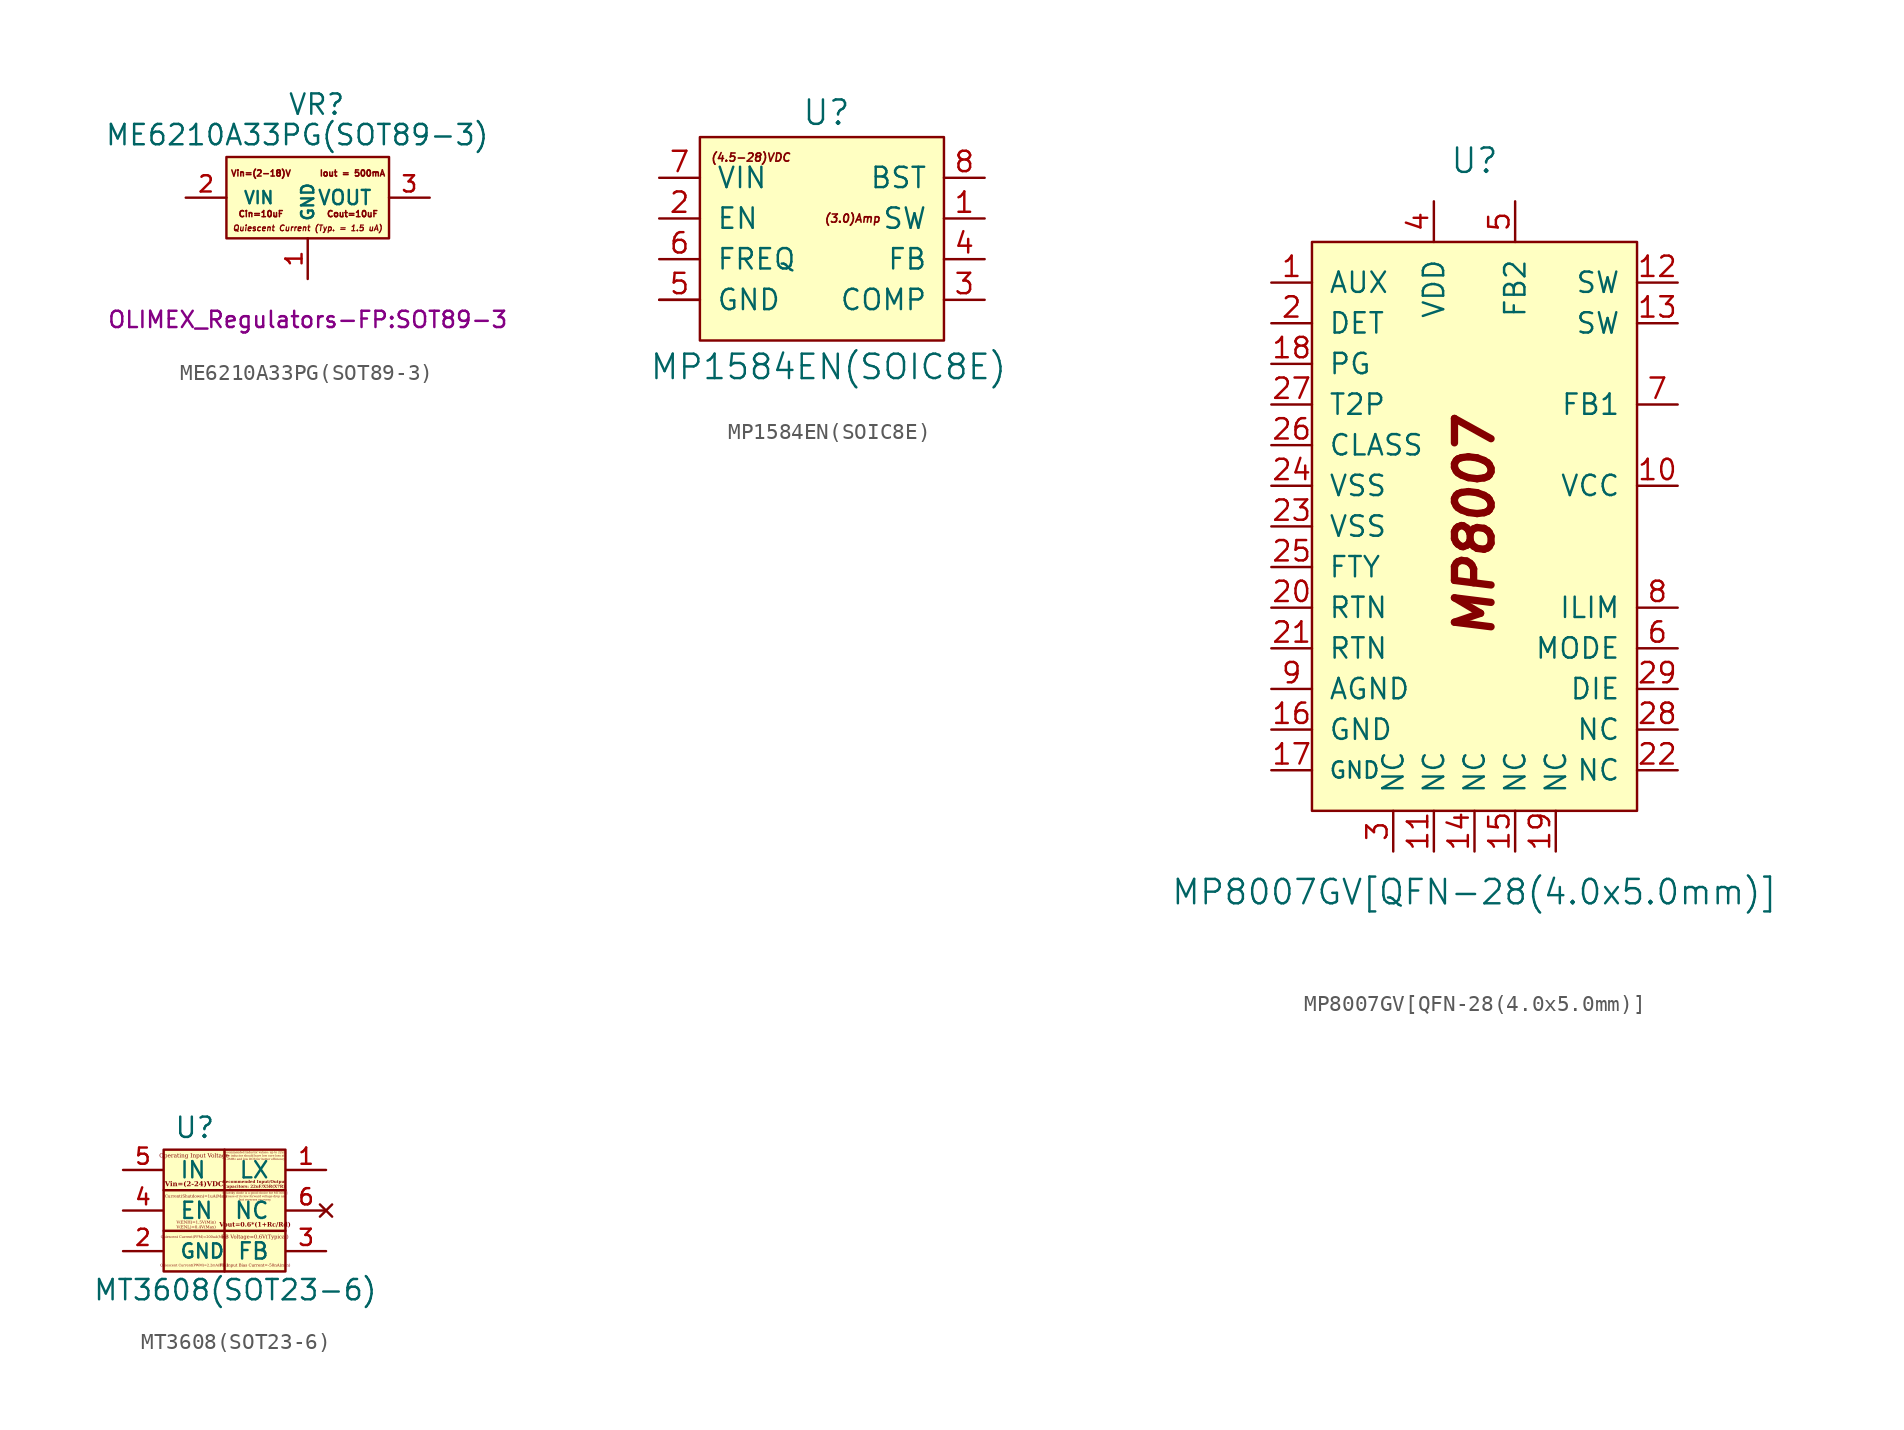
<source format=kicad_sym>
(kicad_symbol_lib
  (version 20220914)
  (generator kicad_symbol_editor)
  (symbol "ME6210A33PG(SOT89-3)"
    (pin_names
      (offset 1.016))
    (property "Reference" "VR"
      (at -1.27 5.08 0)
      (effects (font (size 1.27 1.27)) (justify left bottom)))
    (property "Value" "ME6210A33PG(SOT89-3)"
      (at -12.7 3.175 0)
      (effects (font (size 1.27 1.27)) (justify left bottom)))
    (property "Footprint" "OLIMEX_Regulators-FP:SOT89-3"
      (at 0 -7.62 0)
      (effects (font (size 1.016 1.016))))
    (property "Datasheet" ""
      (at 0.508 -0.254 0)
      (effects (font (size 2.54 2.54))))
    (symbol "ME6210A33PG(SOT89-3)_1_0"
      (rectangle (start -5.08 2.54) (end 5.08 -2.54) (stroke (width 0) (type solid)) (fill (type background)))
      (text "Cin=10uF" (at -2.921 -1.016 0) (effects (font (size 0.381 0.381))))
      (text "Cout=10uF" (at 2.794 -1.016 0) (effects (font (size 0.381 0.381))))
      (text "Iout = 500mA" (at 2.794 1.524 0) (effects (font (size 0.381 0.381))))
      (text "Quiescent Current (Typ. = 1.5 uA)" (at 0 -1.905 0) (effects (font (size 0.356 0.356) bold italic)))
      (text "Vin=(2-18)V" (at -2.921 1.524 0) (effects (font (size 0.381 0.381)))))
    (symbol "ME6210A33PG(SOT89-3)_1_1"
      (pin power_in line (at 0 -5.08 90) (length 2.54) (name "GND" (effects (font (size 0.762 0.762)))) (number "1" (effects (font (size 1.016 1.016)))))
      (pin input line (at -7.62 0 0) (length 2.54) (name "VIN" (effects (font (size 0.762 0.762)))) (number "2" (effects (font (size 1.016 1.016)))))
      (pin power_out line (at 7.62 0 180) (length 2.54) (name "VOUT" (effects (font (size 0.889 0.889)))) (number "3" (effects (font (size 1.016 1.016)))))))
  (symbol "MP1584EN(SOIC8E)"
    (pin_names
      (offset 1.016))
    (property "Reference" "U"
      (at -1.27 5.715 0)
      (effects (font (size 1.524 1.524)) (justify left bottom)))
    (property "Value" "MP1584EN(SOIC8E)"
      (at -10.795 -10.16 0)
      (effects (font (size 1.524 1.524)) (justify left bottom)))
    (symbol "MP1584EN(SOIC8E)_0_0"
      (text "(3.0)Amp" (at 1.905 0 0) (effects (font (size 0.508 0.508) bold italic)))
      (text "(4.5-28)VDC" (at -4.445 3.81 0) (effects (font (size 0.508 0.508) bold italic))))
    (symbol "MP1584EN(SOIC8E)_1_0"
      (pin output line (at 10.16 0 180) (length 2.54) (name "SW" (effects (font (size 1.27 1.27)))) (number "1" (effects (font (size 1.27 1.27)))))
      (pin input line (at -10.16 0 0) (length 2.54) (name "EN" (effects (font (size 1.27 1.27)))) (number "2" (effects (font (size 1.27 1.27)))))
      (pin output line (at 10.16 -5.08 180) (length 2.54) (name "COMP" (effects (font (size 1.27 1.27)))) (number "3" (effects (font (size 1.27 1.27)))))
      (pin input line (at 10.16 -2.54 180) (length 2.54) (name "FB" (effects (font (size 1.27 1.27)))) (number "4" (effects (font (size 1.27 1.27)))))
      (pin power_in line (at -10.16 -5.08 0) (length 2.54) (name "GND" (effects (font (size 1.27 1.27)))) (number "5" (effects (font (size 1.27 1.27)))))
      (pin input line (at -10.16 -2.54 0) (length 2.54) (name "FREQ" (effects (font (size 1.27 1.27)))) (number "6" (effects (font (size 1.27 1.27)))))
      (pin power_in line (at -10.16 2.54 0) (length 2.54) (name "VIN" (effects (font (size 1.27 1.27)))) (number "7" (effects (font (size 1.27 1.27)))))
      (pin passive line (at 10.16 2.54 180) (length 2.54) (name "BST" (effects (font (size 1.27 1.27)))) (number "8" (effects (font (size 1.27 1.27)))))
      (pin input line (at -10.16 -5.08 0) (length 2.54) (name "EP1" (effects (font (size 0 0)))) (number "EP1" (effects (font (size 0 0))))))
    (symbol "MP1584EN(SOIC8E)_1_1"
      (rectangle (start -7.62 5.08) (end 7.62 -7.62) (stroke (width 0) (type solid)) (fill (type background)))))
  (symbol "MP8007GV[QFN-28(4.0x5.0mm)]"
    (pin_names
      (offset 1.016))
    (property "Reference" "U"
      (at 0 22.86 0)
      (effects (font (size 1.524 1.524))))
    (property "Value" "MP8007GV[QFN-28(4.0x5.0mm)]"
      (at 0 -22.86 0)
      (effects (font (size 1.524 1.524))))
    (symbol "MP8007GV[QFN-28(4.0x5.0mm)]_0_0"
      (text "MP8007" (at 0 0 900) (effects (font (size 2.286 2.286) bold italic))))
    (symbol "MP8007GV[QFN-28(4.0x5.0mm)]_0_1"
      (rectangle (start -10.16 17.78) (end 10.16 -17.78) (stroke (width 0) (type solid)) (fill (type background))))
    (symbol "MP8007GV[QFN-28(4.0x5.0mm)]_1_1"
      (pin input line (at -12.7 15.24 0) (length 2.54) (name "AUX" (effects (font (size 1.27 1.27)))) (number "1" (effects (font (size 1.27 1.27)))))
      (pin power_in line (at 12.7 2.54 180) (length 2.54) (name "VCC" (effects (font (size 1.27 1.27)))) (number "10" (effects (font (size 1.27 1.27)))))
      (pin input line (at -2.54 -20.32 90) (length 2.54) (name "NC" (effects (font (size 1.27 1.27)))) (number "11" (effects (font (size 1.27 1.27)))))
      (pin open_collector line (at 12.7 15.24 180) (length 2.54) (name "SW" (effects (font (size 1.27 1.27)))) (number "12" (effects (font (size 1.27 1.27)))))
      (pin open_collector line (at 12.7 12.7 180) (length 2.54) (name "SW" (effects (font (size 1.27 1.27)))) (number "13" (effects (font (size 1.27 1.27)))))
      (pin input line (at 0 -20.32 90) (length 2.54) (name "NC" (effects (font (size 1.27 1.27)))) (number "14" (effects (font (size 1.27 1.27)))))
      (pin input line (at 2.54 -20.32 90) (length 2.54) (name "NC" (effects (font (size 1.27 1.27)))) (number "15" (effects (font (size 1.27 1.27)))))
      (pin power_in line (at -12.7 -12.7 0) (length 2.54) (name "GND" (effects (font (size 1.27 1.27)))) (number "16" (effects (font (size 1.27 1.27)))))
      (pin power_in line (at -12.7 -15.24 0) (length 2.54) (name "GND" (effects (font (size 1.016 1.016)))) (number "17" (effects (font (size 1.27 1.27)))))
      (pin output line (at -12.7 10.16 0) (length 2.54) (name "PG" (effects (font (size 1.27 1.27)))) (number "18" (effects (font (size 1.27 1.27)))))
      (pin input line (at 5.08 -20.32 90) (length 2.54) (name "NC" (effects (font (size 1.27 1.27)))) (number "19" (effects (font (size 1.27 1.27)))))
      (pin input line (at -12.7 12.7 0) (length 2.54) (name "DET" (effects (font (size 1.27 1.27)))) (number "2" (effects (font (size 1.27 1.27)))))
      (pin power_in line (at -12.7 -5.08 0) (length 2.54) (name "RTN" (effects (font (size 1.27 1.27)))) (number "20" (effects (font (size 1.27 1.27)))))
      (pin power_in line (at -12.7 -7.62 0) (length 2.54) (name "RTN" (effects (font (size 1.27 1.27)))) (number "21" (effects (font (size 1.27 1.27)))))
      (pin input line (at 12.7 -15.24 180) (length 2.54) (name "NC" (effects (font (size 1.27 1.27)))) (number "22" (effects (font (size 1.27 1.27)))))
      (pin power_in line (at -12.7 0 0) (length 2.54) (name "VSS" (effects (font (size 1.27 1.27)))) (number "23" (effects (font (size 1.27 1.27)))))
      (pin power_in line (at -12.7 2.54 0) (length 2.54) (name "VSS" (effects (font (size 1.27 1.27)))) (number "24" (effects (font (size 1.27 1.27)))))
      (pin power_in line (at -12.7 -2.54 0) (length 2.54) (name "FTY" (effects (font (size 1.27 1.27)))) (number "25" (effects (font (size 1.27 1.27)))))
      (pin input line (at -12.7 5.08 0) (length 2.54) (name "CLASS" (effects (font (size 1.27 1.27)))) (number "26" (effects (font (size 1.27 1.27)))))
      (pin open_collector line (at -12.7 7.62 0) (length 2.54) (name "T2P" (effects (font (size 1.27 1.27)))) (number "27" (effects (font (size 1.27 1.27)))))
      (pin input line (at 12.7 -12.7 180) (length 2.54) (name "NC" (effects (font (size 1.27 1.27)))) (number "28" (effects (font (size 1.27 1.27)))))
      (pin input line (at 12.7 -10.16 180) (length 2.54) (name "DIE" (effects (font (size 1.27 1.27)))) (number "29" (effects (font (size 1.27 1.27)))))
      (pin input line (at -5.08 -20.32 90) (length 2.54) (name "NC" (effects (font (size 1.27 1.27)))) (number "3" (effects (font (size 1.27 1.27)))))
      (pin power_in line (at -2.54 20.32 270) (length 2.54) (name "VDD" (effects (font (size 1.27 1.27)))) (number "4" (effects (font (size 1.27 1.27)))))
      (pin input line (at 2.54 20.32 270) (length 2.54) (name "FB2" (effects (font (size 1.27 1.27)))) (number "5" (effects (font (size 1.27 1.27)))))
      (pin input line (at 12.7 -7.62 180) (length 2.54) (name "MODE" (effects (font (size 1.27 1.27)))) (number "6" (effects (font (size 1.27 1.27)))))
      (pin input line (at 12.7 7.62 180) (length 2.54) (name "FB1" (effects (font (size 1.27 1.27)))) (number "7" (effects (font (size 1.27 1.27)))))
      (pin input line (at 12.7 -5.08 180) (length 2.54) (name "ILIM" (effects (font (size 1.27 1.27)))) (number "8" (effects (font (size 1.27 1.27)))))
      (pin power_in line (at -12.7 -10.16 0) (length 2.54) (name "AGND" (effects (font (size 1.27 1.27)))) (number "9" (effects (font (size 1.27 1.27)))))))
  (symbol "MT3608(SOT23-6)"
    (pin_names
      (offset 1.016))
    (property "Reference" "U"
      (at -1.905 4.445 0)
      (effects (font (size 1.27 1.27)) (justify left bottom)))
    (property "Value" "MT3608(SOT23-6)"
      (at -6.985 -5.715 0)
      (effects (font (size 1.27 1.27)) (justify left bottom)))
    (symbol "MT3608(SOT23-6)_1_0"
      (rectangle (start -2.54 3.81) (end 5.08 -3.81) (stroke (width 0) (type solid)) (fill (type background))))
    (symbol "MT3608(SOT23-6)_1_1"
      (polyline (pts (xy 1.27 -1.27) (xy -2.54 -1.27)) (stroke (width 0) (type default)) (fill (type none)))
      (polyline (pts (xy 1.27 -1.27) (xy 1.27 -3.81)) (stroke (width 0) (type default)) (fill (type none)))
      (polyline (pts (xy 5.08 1.27) (xy -2.54 1.27)) (stroke (width 0) (type default)) (fill (type none)))
      (polyline (pts (xy 1.27 3.81) (xy 1.27 -1.27) (xy 5.08 -1.27)) (stroke (width 0) (type default)) (fill (type none)))
      (text "Current(Shutdown)=1uA(Max)" (at -0.508 0.889 0) (effects (font (face "Liberation Serif") (size 0.178 0.178))))
      (text "FB Input Bias Current=-50nA(min)" (at 3.175 -3.429 0) (effects (font (face "Liberation Serif") (size 0.178 0.178))))
      (text "FB Voltage=0.6V(Typical)" (at 3.175 -1.651 0) (effects (font (face "Liberation Serif") (size 0.229 0.229))))
      (text "Operating Input Voltage" (at -0.635 3.429 0) (effects (font (face "Liberation Serif") (size 0.254 0.254))))
      (text "Quiescent Current(PFM)=200uA(Max)" (at -0.635 -1.651 0) (effects (font (face "Liberation Serif") (size 0.152 0.152))))
      (text "Quiescent Current(PWM)=2.2mA(Max)" (at -0.635 -3.429 0) (effects (font (face "Liberation Serif") (size 0.152 0.152))))
      (text "Recommended Inductor values: up to 22uH.\nThe inductor should have low core loss at \n1.2MHz and low DCR for better efficiency." (at 3.175 3.429 0) (effects (font (face "Liberation Serif") (size 0.127 0.127))))
      (text "Recommended Input/Output \nCapacitors: 22uF/X5R(X7R)." (at 3.175 1.651 0) (effects (font (face "Liberation Serif") (size 0.178 0.178) bold italic)))
      (text "Schottky diode is a good choice for MT3608\r\nbecause of its low forward voltage drop and \nfast reverses recovery." (at 3.175 0.889 0) (effects (font (face "Liberation Serif") (size 0.127 0.127))))
      (text "V(ENH)=1.5V(Min)\nV(ENL)=0.4V(Max)" (at -0.508 -0.889 0) (effects (font (face "Liberation Serif") (size 0.178 0.178))))
      (text "Vin=(2-24)VDC" (at -0.635 1.651 0) (effects (font (face "Liberation Serif") (size 0.305 0.305) bold italic)))
      (text "Vout=0.6*(1+Rc/Rd)" (at 3.175 -0.889 0) (effects (font (face "Liberation Serif") (size 0.279 0.279) bold italic)))
      (pin output line (at 7.62 2.54 180) (length 2.489) (name "LX" (effects (font (size 1.016 1.016)))) (number "1" (effects (font (size 1.016 1.016)))))
      (pin power_in line (at -5.08 -2.54 0) (length 2.489) (name "GND" (effects (font (size 0.889 0.889)))) (number "2" (effects (font (size 1.016 1.016)))))
      (pin input line (at 7.62 -2.54 180) (length 2.489) (name "FB" (effects (font (size 1.016 1.016)))) (number "3" (effects (font (size 1.016 1.016)))))
      (pin input line (at -5.08 0 0) (length 2.489) (name "EN" (effects (font (size 1.016 1.016)))) (number "4" (effects (font (size 1.016 1.016)))))
      (pin input line (at -5.08 2.54 0) (length 2.489) (name "IN" (effects (font (size 1.016 1.016)))) (number "5" (effects (font (size 1.016 1.016)))))
      (pin no_connect line (at 7.62 0 180) (length 2.489) (name "NC" (effects (font (size 1.016 1.016)))) (number "6" (effects (font (size 1.016 1.016))))))))
</source>
